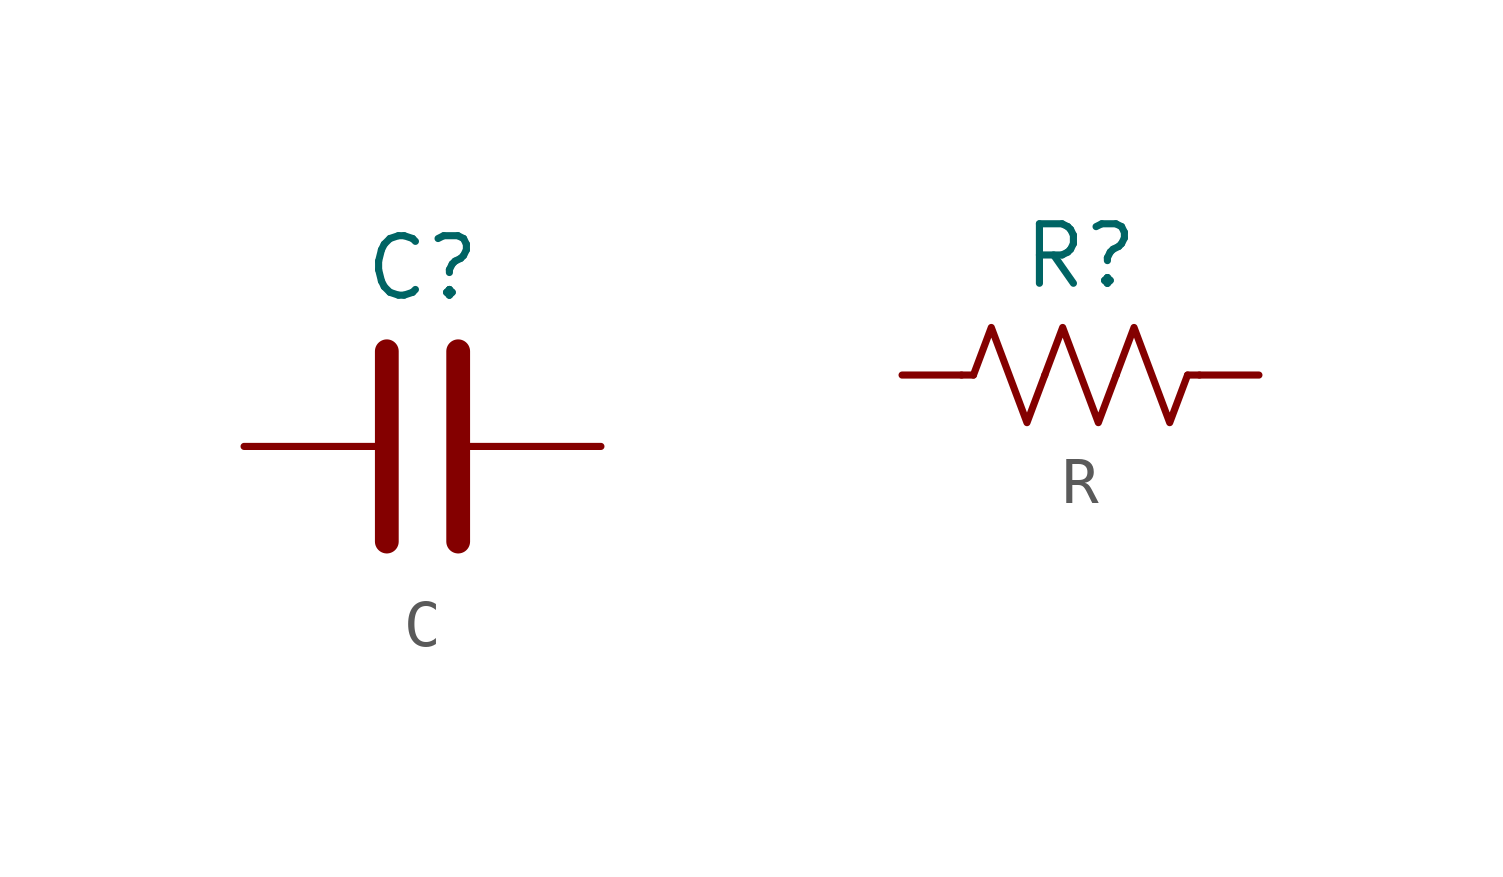
<source format=kicad_sym>
(kicad_symbol_lib
  (version 20220914)
  (generator kicad_symbol_editor)
  (symbol "C"
    (pin_numbers hide)
    (pin_names
      (offset 0) hide)
    (property "Reference" "C"
      (at 0 3.81 0)
      (effects (font (size 1.27 1.27))))
    (property "Value" ""
      (at 0 0 0)
      (effects (font (size 1.27 1.27))))
    (symbol "C_0_1"
      (polyline (pts (xy -0.762 2.032) (xy -0.762 -2.032)) (stroke (width 0.508) (type default)) (fill (type none)))
      (polyline (pts (xy 0.762 2.032) (xy 0.762 -2.032)) (stroke (width 0.508) (type default)) (fill (type none))))
    (symbol "C_1_1"
      (pin passive line (at 3.81 0 180) (length 2.794) (name "~" (effects (font (size 1.27 1.27)))) (number "1" (effects (font (size 1.27 1.27)))))
      (pin passive line (at -3.81 0 0) (length 2.794) (name "~" (effects (font (size 1.27 1.27)))) (number "2" (effects (font (size 1.27 1.27)))))))
  (symbol "R"
    (pin_numbers hide)
    (pin_names
      (offset 0) hide)
    (property "Reference" "R"
      (at 0 2.54 0)
      (effects (font (size 1.27 1.27))))
    (property "Value" ""
      (at 0 0 0)
      (effects (font (size 1.27 1.27))))
    (symbol "R_0_1"
      (polyline (pts (xy -2.286 0) (xy -2.54 0)) (stroke (width 0) (type default)) (fill (type none)))
      (polyline (pts (xy 2.286 0) (xy 2.54 0)) (stroke (width 0) (type default)) (fill (type none)))
      (polyline (pts (xy -0.762 0) (xy -1.143 -1.016) (xy -1.524 0) (xy -1.905 1.016) (xy -2.286 0)) (stroke (width 0) (type default)) (fill (type none)))
      (polyline (pts (xy 0.762 0) (xy 0.381 -1.016) (xy 0 0) (xy -0.381 1.016) (xy -0.762 0)) (stroke (width 0) (type default)) (fill (type none)))
      (polyline (pts (xy 2.286 0) (xy 1.905 -1.016) (xy 1.524 0) (xy 1.143 1.016) (xy 0.762 0)) (stroke (width 0) (type default)) (fill (type none))))
    (symbol "R_1_1"
      (pin passive line (at 3.81 0 180) (length 1.27) (name "~" (effects (font (size 1.27 1.27)))) (number "1" (effects (font (size 1.27 1.27)))))
      (pin passive line (at -3.81 0 0) (length 1.27) (name "~" (effects (font (size 1.27 1.27)))) (number "2" (effects (font (size 1.27 1.27))))))))
</source>
